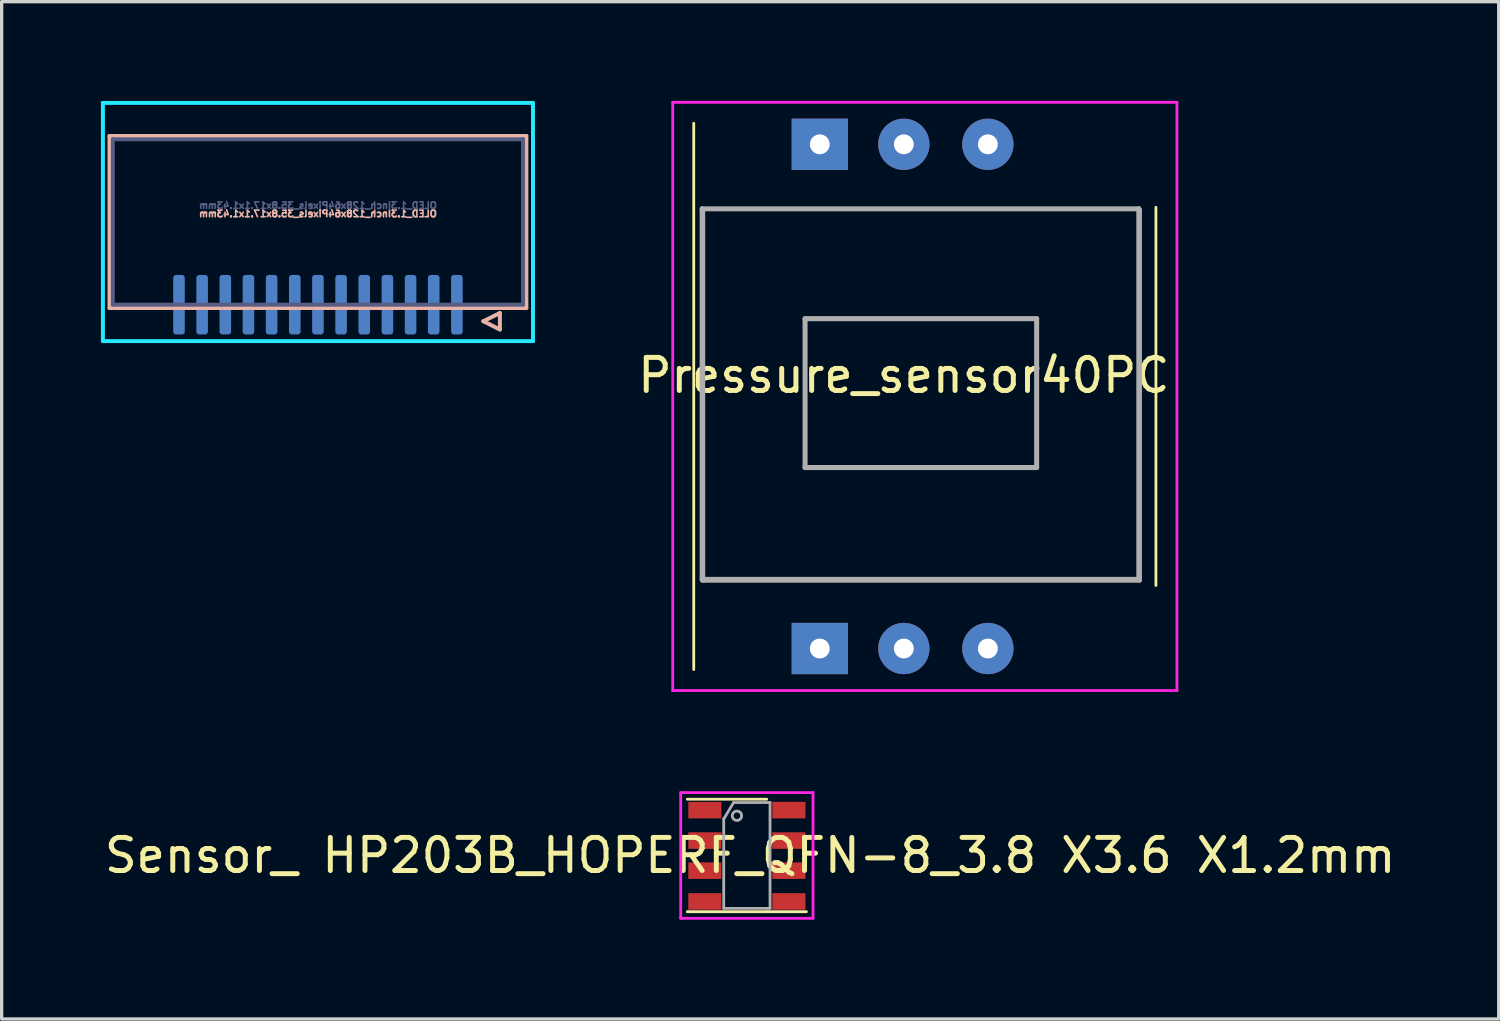
<source format=kicad_pcb>
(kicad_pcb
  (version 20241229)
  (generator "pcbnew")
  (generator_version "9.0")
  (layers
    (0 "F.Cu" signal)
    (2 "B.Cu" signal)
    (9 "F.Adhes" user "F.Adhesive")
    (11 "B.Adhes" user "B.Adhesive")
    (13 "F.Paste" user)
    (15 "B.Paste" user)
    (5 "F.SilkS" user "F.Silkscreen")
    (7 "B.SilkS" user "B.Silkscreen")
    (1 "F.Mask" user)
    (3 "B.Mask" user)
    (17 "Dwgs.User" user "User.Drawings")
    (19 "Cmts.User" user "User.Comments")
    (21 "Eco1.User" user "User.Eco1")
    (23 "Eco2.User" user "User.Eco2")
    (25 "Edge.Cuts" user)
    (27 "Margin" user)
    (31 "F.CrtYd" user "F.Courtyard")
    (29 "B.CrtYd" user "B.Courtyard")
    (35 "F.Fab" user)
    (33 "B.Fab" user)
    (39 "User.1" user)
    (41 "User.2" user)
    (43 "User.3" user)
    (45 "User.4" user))
  (footprint "Sensor_ HP203B_HOPERF_QFN-8_3.8 X3.6 X1.2mm"
    (layer "F.Cu")
    (at 19.525 22.707)
    (property "Reference" "Sensor_ HP203B_HOPERF_QFN-8_3.8 X3.6 X1.2mm" (at 0.1 0.1 0) (layer "F.SilkS") (effects (font (size 1 1) (thickness 0.15))))
    (attr smd)
    (fp_line (start -1.8 -1.6) (end 0.6 -1.6) (stroke (width 0.085) (type solid)) (layer "F.SilkS"))
    (fp_line (start 0.6 1.8) (end -1.8 1.8) (stroke (width 0.085) (type solid)) (layer "F.SilkS"))
    (fp_line (start 0.6 1.8) (end 1.8 1.8) (stroke (width 0.085) (type solid)) (layer "F.SilkS"))
    (fp_line (start -2 -1.8) (end 2 -1.8) (stroke (width 0.085) (type solid)) (layer "F.CrtYd"))
    (fp_line (start -2 2) (end -2 -1.8) (stroke (width 0.085) (type solid)) (layer "F.CrtYd"))
    (fp_line (start 2 -1.8) (end 2 2) (stroke (width 0.085) (type solid)) (layer "F.CrtYd"))
    (fp_line (start 2 2) (end -2 2) (stroke (width 0.085) (type solid)) (layer "F.CrtYd"))
    (fp_line (start -0.7 -1) (end -0.4 -1.5) (stroke (width 0.085) (type solid)) (layer "F.Fab"))
    (fp_line (start -0.7 1.7) (end -0.7 -1) (stroke (width 0.085) (type solid)) (layer "F.Fab"))
    (fp_line (start -0.4 -1.5) (end 0.7 -1.5) (stroke (width 0.085) (type solid)) (layer "F.Fab"))
    (fp_line (start 0.7 -1.5) (end 0.7 1.7) (stroke (width 0.085) (type solid)) (layer "F.Fab"))
    (fp_line (start 0.7 1.7) (end -0.7 1.7) (stroke (width 0.085) (type solid)) (layer "F.Fab"))
    (fp_circle (center -0.3 -1.1) (end -0.2 -1.2) (stroke (width 0.085) (type solid)) (fill no) (layer "F.Fab"))
    (pad "1" smd rect (at -1.27 -1.27 90) (size 0.5 1) (layers "F.Cu" "F.Mask" "F.Paste"))
    (pad "2" smd rect (at -1.27 -0.35 90) (size 0.5 1) (layers "F.Cu" "F.Mask" "F.Paste"))
    (pad "3" smd rect (at -1.27 0.56 90) (size 0.5 1) (layers "F.Cu" "F.Mask" "F.Paste"))
    (pad "4" smd rect (at -1.27 1.49 90) (size 0.5 1) (layers "F.Cu" "F.Mask" "F.Paste"))
    (pad "5" smd rect (at 1.27 1.49 270) (size 0.5 1) (layers "F.Cu" "F.Mask" "F.Paste"))
    (pad "6" smd rect (at 1.27 0.56 90) (size 0.5 1) (layers "F.Cu" "F.Mask" "F.Paste"))
    (pad "7" smd rect (at 1.27 -0.35 90) (size 0.5 1) (layers "F.Cu" "F.Mask" "F.Paste"))
    (pad "8" smd rect (at 1.27 -1.27 90) (size 0.5 1) (layers "F.Cu" "F.Mask" "F.Paste")))
  (footprint "Pressure_sensor40PC"
    (layer "F.Cu")
    (at 24.904 8.932)
    (property "Reference" "Pressure_sensor40PC" (at -0.635 -0.635 180) (layer "F.SilkS") (effects (font (size 1 1) (thickness 0.15))))
    (attr through_hole)
    (fp_line (start -6.985 -8.255) (end -6.985 8.255) (stroke (width 0.085) (type solid)) (layer "F.SilkS"))
    (fp_line (start 6.985 5.715) (end 6.985 -5.715) (stroke (width 0.085) (type solid)) (layer "F.SilkS"))
    (fp_line (start -7.62 -8.89) (end 7.62 -8.89) (stroke (width 0.085) (type solid)) (layer "F.CrtYd"))
    (fp_line (start -7.62 8.89) (end -7.62 -8.89) (stroke (width 0.085) (type solid)) (layer "F.CrtYd"))
    (fp_line (start 7.62 -8.89) (end 7.62 8.89) (stroke (width 0.085) (type solid)) (layer "F.CrtYd"))
    (fp_line (start 7.62 8.89) (end -7.62 8.89) (stroke (width 0.085) (type solid)) (layer "F.CrtYd"))
    (fp_line (start -6.73 -5.67) (end -6.73 5.53) (stroke (width 0.152) (type solid)) (layer "F.Fab"))
    (fp_line (start -6.73 5.53) (end 6.47 5.53) (stroke (width 0.152) (type solid)) (layer "F.Fab"))
    (fp_line (start -6.715 -5.645) (end -6.715 5.555) (stroke (width 0.152) (type solid)) (layer "F.Fab"))
    (fp_line (start -6.715 5.555) (end 6.485 5.555) (stroke (width 0.152) (type solid)) (layer "F.Fab"))
    (fp_line (start -3.62 -2.35) (end -3.62 2.15) (stroke (width 0.152) (type solid)) (layer "F.Fab"))
    (fp_line (start -3.62 2.15) (end 3.38 2.15) (stroke (width 0.152) (type solid)) (layer "F.Fab"))
    (fp_line (start 3.38 -2.35) (end -3.62 -2.35) (stroke (width 0.152) (type solid)) (layer "F.Fab"))
    (fp_line (start 3.38 2.15) (end 3.38 -2.35) (stroke (width 0.152) (type solid)) (layer "F.Fab"))
    (fp_line (start 6.47 -5.67) (end -6.73 -5.67) (stroke (width 0.152) (type solid)) (layer "F.Fab"))
    (fp_line (start 6.47 5.53) (end 6.47 -5.67) (stroke (width 0.152) (type solid)) (layer "F.Fab"))
    (fp_line (start 6.485 5.555) (end 6.485 -5.645) (stroke (width 0.152) (type solid)) (layer "F.Fab"))
    (pad "1" thru_hole rect (at -3.175 7.62 180) (size 1.7 1.55) (drill 0.6) (layers "*.Cu" "*.Mask"))
    (pad "2" thru_hole circle (at -0.635 7.62 180) (size 1.55 1.55) (drill 0.6) (layers "*.Cu" "*.Mask"))
    (pad "3" thru_hole circle (at 1.905 7.62 180) (size 1.55 1.55) (drill 0.6) (layers "*.Cu" "*.Mask"))
    (pad "4" thru_hole circle (at 1.905 -7.62 180) (size 1.55 1.55) (drill 0.6) (layers "*.Cu" "*.Mask"))
    (pad "5" thru_hole circle (at -0.635 -7.62 180) (size 1.55 1.55) (drill 0.6) (layers "*.Cu" "*.Mask"))
    (pad "6" thru_hole rect (at -3.175 -7.62 180) (size 1.7 1.55) (drill 0.6) (layers "*.Cu" "*.Mask")))
  (footprint "OLED_1.3Inch_128x64Pixels_35.8x17.1x1.43mm"
    (layer "F.Cu")
    (at 6.56 3.66)
    (property "Reference" "OLED_1.3Inch_128x64Pixels_35.8x17.1x1.43mm" (at 0 -0.25 180) (layer "B.SilkS") (effects (font (size 0.2 0.2) (thickness 0.05)) (justify mirror)))
    (attr smd)
    (fp_line (start -6.3 -2.6) (end -6.3 2.6) (stroke (width 0.12) (type solid)) (layer "B.SilkS"))
    (fp_line (start -6.3 2.6) (end 6.3 2.6) (stroke (width 0.12) (type solid)) (layer "B.SilkS"))
    (fp_line (start 5 3) (end 5.5 3.25) (stroke (width 0.12) (type solid)) (layer "B.SilkS"))
    (fp_line (start 5.5 2.75) (end 5 3) (stroke (width 0.12) (type solid)) (layer "B.SilkS"))
    (fp_line (start 5.5 3.25) (end 5.5 2.75) (stroke (width 0.12) (type solid)) (layer "B.SilkS"))
    (fp_line (start 6.3 -2.6) (end -6.3 -2.6) (stroke (width 0.12) (type solid)) (layer "B.SilkS"))
    (fp_line (start 6.3 2.6) (end 6.3 -2.6) (stroke (width 0.12) (type solid)) (layer "B.SilkS"))
    (fp_line (start -6.5 3.6) (end -6.5 -3.6) (stroke (width 0.12) (type solid)) (layer "B.CrtYd"))
    (fp_line (start 6.5 -3.6) (end -6.5 -3.6) (stroke (width 0.12) (type solid)) (layer "B.CrtYd"))
    (fp_line (start 6.5 3.6) (end -6.5 3.6) (stroke (width 0.12) (type solid)) (layer "B.CrtYd"))
    (fp_line (start 6.5 3.6) (end 6.5 -3.6) (stroke (width 0.12) (type solid)) (layer "B.CrtYd"))
    (fp_line (start -6.2 -2.5) (end 6.2 -2.5) (stroke (width 0.12) (type solid)) (layer "B.Fab"))
    (fp_line (start -6.2 2.5) (end -6.2 -2.5) (stroke (width 0.12) (type solid)) (layer "B.Fab"))
    (fp_line (start 6.2 -2.5) (end 6.2 2.5) (stroke (width 0.12) (type solid)) (layer "B.Fab"))
    (fp_line (start 6.2 2.5) (end -6.2 2.5) (stroke (width 0.12) (type solid)) (layer "B.Fab"))
    (fp_text user "${REFERENCE}" (at 0 -0.5 180) (layer "B.Fab") (effects (font (size 0.2 0.2) (thickness 0.05)) (justify mirror)))
    (pad "1" smd roundrect (at 4.2 2.5 90) (size 1.8 0.35) (layers "B.Cu" "B.Mask" "B.Paste") (roundrect_rratio 0.25))
    (pad "2" smd roundrect (at 3.5 2.5 90) (size 1.8 0.35) (layers "B.Cu" "B.Mask" "B.Paste") (roundrect_rratio 0.25))
    (pad "3" smd roundrect (at 2.8 2.5 90) (size 1.8 0.35) (layers "B.Cu" "B.Mask" "B.Paste") (roundrect_rratio 0.25))
    (pad "4" smd roundrect (at 2.1 2.5 90) (size 1.8 0.35) (layers "B.Cu" "B.Mask" "B.Paste") (roundrect_rratio 0.25))
    (pad "5" smd roundrect (at 1.4 2.5 90) (size 1.8 0.35) (layers "B.Cu" "B.Mask" "B.Paste") (roundrect_rratio 0.25))
    (pad "6" smd roundrect (at 0.7 2.5 90) (size 1.8 0.35) (layers "B.Cu" "B.Mask" "B.Paste") (roundrect_rratio 0.25))
    (pad "7" smd roundrect (at 0 2.5 90) (size 1.8 0.35) (layers "B.Cu" "B.Mask" "B.Paste") (roundrect_rratio 0.25))
    (pad "8" smd roundrect (at -0.7 2.5 90) (size 1.8 0.35) (layers "B.Cu" "B.Mask" "B.Paste") (roundrect_rratio 0.25))
    (pad "9" smd roundrect (at -1.4 2.5 90) (size 1.8 0.35) (layers "B.Cu" "B.Mask" "B.Paste") (roundrect_rratio 0.25))
    (pad "10" smd roundrect (at -2.1 2.5 90) (size 1.8 0.35) (layers "B.Cu" "B.Mask" "B.Paste") (roundrect_rratio 0.25))
    (pad "11" smd roundrect (at -2.8 2.5 90) (size 1.8 0.35) (layers "B.Cu" "B.Mask" "B.Paste") (roundrect_rratio 0.25))
    (pad "12" smd roundrect (at -3.5 2.5 90) (size 1.8 0.35) (layers "B.Cu" "B.Mask" "B.Paste") (roundrect_rratio 0.25))
    (pad "13" smd roundrect (at -4.2 2.5 90) (size 1.8 0.35) (layers "B.Cu" "B.Mask" "B.Paste") (roundrect_rratio 0.25)))
  (gr_rect
    (start -3 -3)
    (end 42.25 27.75)
    (stroke (width 0.1) (type default))
    (fill no)
    (layer "Edge.Cuts")))
</source>
